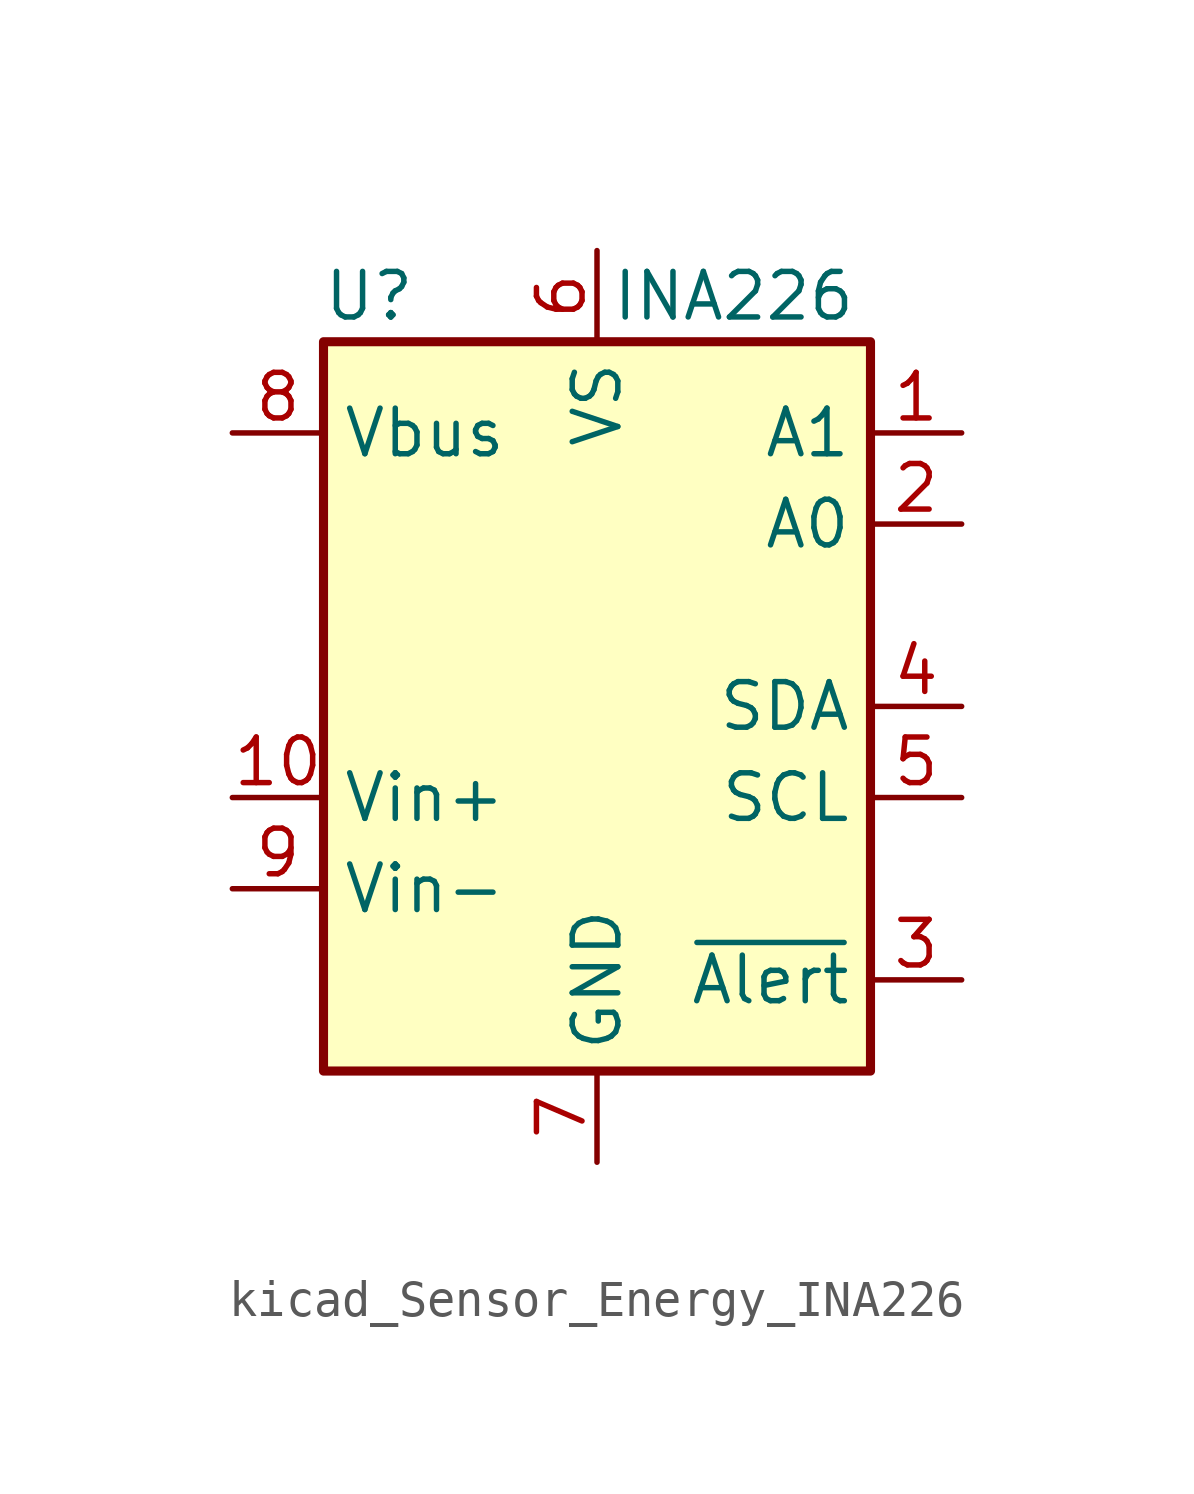
<source format=kicad_sym>
(kicad_symbol_lib
  (version 20220914)
  (generator kicad_symbol_editor)
  (symbol "kicad_Sensor_Energy_INA226"
    (property "Reference" "U"
      (at -6.35 11.43 0)
      (effects (font (size 1.27 1.27))))
    (property "Value" "INA226"
      (at 3.81 11.43 0)
      (effects (font (size 1.27 1.27))))
    (symbol "kicad_Sensor_Energy_INA226_0_1"
      (rectangle (start 7.62 10.16) (end -7.62 -10.16) (stroke (width 0.254) (type default)) (fill (type background))))
    (symbol "kicad_Sensor_Energy_INA226_1_1"
      (pin input line (at 10.16 7.62 180) (length 2.54) (name "A1" (effects (font (size 1.27 1.27)))) (number "1" (effects (font (size 1.27 1.27)))))
      (pin input line (at -10.16 -2.54 0) (length 2.54) (name "Vin+" (effects (font (size 1.27 1.27)))) (number "10" (effects (font (size 1.27 1.27)))))
      (pin input line (at 10.16 5.08 180) (length 2.54) (name "A0" (effects (font (size 1.27 1.27)))) (number "2" (effects (font (size 1.27 1.27)))))
      (pin open_collector line (at 10.16 -7.62 180) (length 2.54) (name "~{Alert}" (effects (font (size 1.27 1.27)))) (number "3" (effects (font (size 1.27 1.27)))))
      (pin bidirectional line (at 10.16 0 180) (length 2.54) (name "SDA" (effects (font (size 1.27 1.27)))) (number "4" (effects (font (size 1.27 1.27)))))
      (pin input line (at 10.16 -2.54 180) (length 2.54) (name "SCL" (effects (font (size 1.27 1.27)))) (number "5" (effects (font (size 1.27 1.27)))))
      (pin power_in line (at 0 12.7 270) (length 2.54) (name "VS" (effects (font (size 1.27 1.27)))) (number "6" (effects (font (size 1.27 1.27)))))
      (pin power_in line (at 0 -12.7 90) (length 2.54) (name "GND" (effects (font (size 1.27 1.27)))) (number "7" (effects (font (size 1.27 1.27)))))
      (pin input line (at -10.16 7.62 0) (length 2.54) (name "Vbus" (effects (font (size 1.27 1.27)))) (number "8" (effects (font (size 1.27 1.27)))))
      (pin input line (at -10.16 -5.08 0) (length 2.54) (name "Vin-" (effects (font (size 1.27 1.27)))) (number "9" (effects (font (size 1.27 1.27))))))))
</source>
